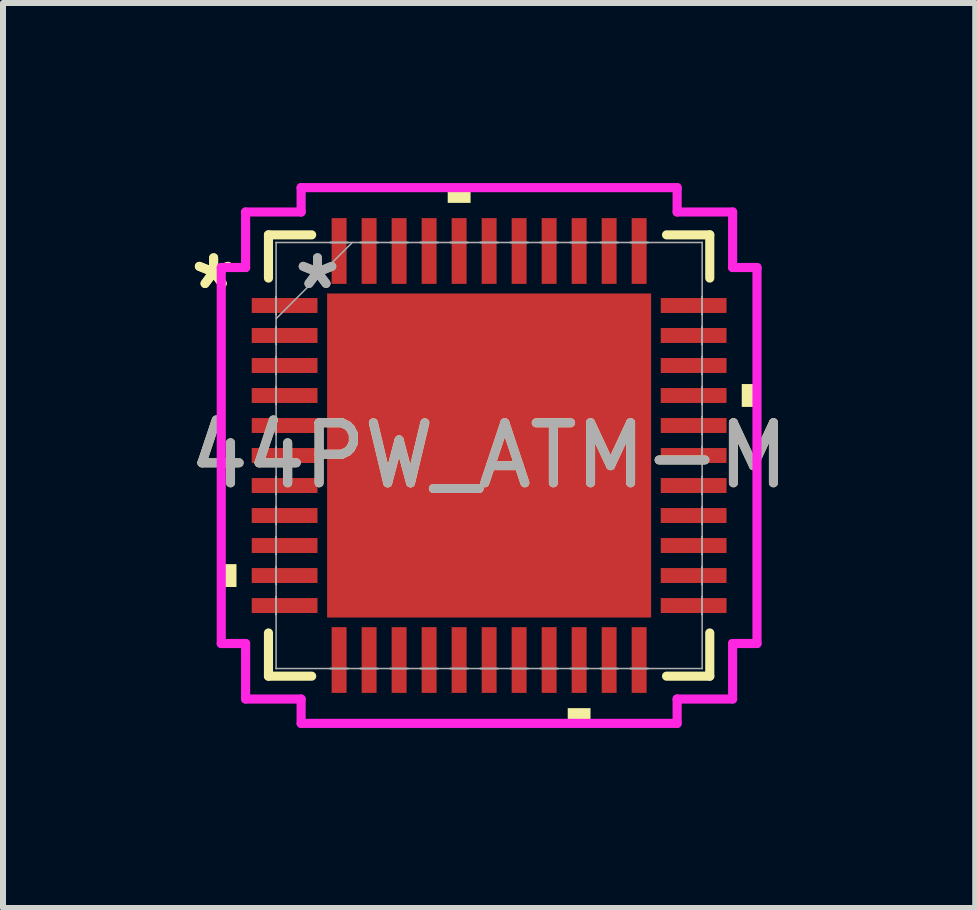
<source format=kicad_pcb>
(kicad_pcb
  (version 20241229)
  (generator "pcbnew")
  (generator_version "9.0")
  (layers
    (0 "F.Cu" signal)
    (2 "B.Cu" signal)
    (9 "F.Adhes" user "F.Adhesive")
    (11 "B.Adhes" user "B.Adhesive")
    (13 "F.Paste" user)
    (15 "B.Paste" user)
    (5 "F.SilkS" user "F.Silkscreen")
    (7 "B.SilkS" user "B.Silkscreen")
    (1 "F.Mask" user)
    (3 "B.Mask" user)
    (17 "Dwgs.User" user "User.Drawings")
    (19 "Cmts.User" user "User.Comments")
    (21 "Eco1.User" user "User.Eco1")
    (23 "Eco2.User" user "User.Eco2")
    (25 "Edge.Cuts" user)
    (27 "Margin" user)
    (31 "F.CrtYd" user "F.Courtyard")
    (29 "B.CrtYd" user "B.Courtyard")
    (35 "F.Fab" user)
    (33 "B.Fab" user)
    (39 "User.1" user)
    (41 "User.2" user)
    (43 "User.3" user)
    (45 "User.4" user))
  (footprint "44PW_ATM-M"
    (layer "F.Cu")
    (at 5.101 4.541)
    (property "Reference" "44PW_ATM-M" (at 0 0 0) (unlocked yes) (layer "F.SilkS") (effects (font (size 1 1) (thickness 0.15))))
    (attr smd)
    (fp_line (start -3.677 -3.677) (end -3.677 -2.957) (stroke (width 0.152) (type solid)) (layer "F.SilkS"))
    (fp_line (start -3.677 2.957) (end -3.677 3.677) (stroke (width 0.152) (type solid)) (layer "F.SilkS"))
    (fp_line (start -3.677 3.677) (end -2.957 3.677) (stroke (width 0.152) (type solid)) (layer "F.SilkS"))
    (fp_line (start -2.957 -3.677) (end -3.677 -3.677) (stroke (width 0.152) (type solid)) (layer "F.SilkS"))
    (fp_line (start 2.957 3.677) (end 3.677 3.677) (stroke (width 0.152) (type solid)) (layer "F.SilkS"))
    (fp_line (start 3.677 -3.677) (end 2.957 -3.677) (stroke (width 0.152) (type solid)) (layer "F.SilkS"))
    (fp_line (start 3.677 -2.957) (end 3.677 -3.677) (stroke (width 0.152) (type solid)) (layer "F.SilkS"))
    (fp_line (start 3.677 3.677) (end 3.677 2.957) (stroke (width 0.152) (type solid)) (layer "F.SilkS"))
    (fp_poly (pts (xy -4.464 1.81) (xy -4.464 2.191) (xy -4.21 2.191) (xy -4.21 1.81)) (stroke (width 0) (type solid)) (fill yes) (layer "F.SilkS"))
    (fp_poly (pts (xy -0.69 -4.21) (xy -0.69 -4.464) (xy -0.309 -4.464) (xy -0.309 -4.21)) (stroke (width 0) (type solid)) (fill yes) (layer "F.SilkS"))
    (fp_poly (pts (xy 1.31 4.21) (xy 1.31 4.464) (xy 1.69 4.464) (xy 1.69 4.21)) (stroke (width 0) (type solid)) (fill yes) (layer "F.SilkS"))
    (fp_poly (pts (xy 4.464 -1.191) (xy 4.464 -0.81) (xy 4.21 -0.81) (xy 4.21 -1.191)) (stroke (width 0) (type solid)) (fill yes) (layer "F.SilkS"))
    (fp_poly (pts (xy -2.6 -2.6) (xy -2.6 -1.45) (xy -1.45 -1.45) (xy -1.45 -2.6)) (stroke (width 0) (type solid)) (fill yes) (layer "F.Paste"))
    (fp_poly (pts (xy -2.6 -1.25) (xy -2.6 -0.1) (xy -1.45 -0.1) (xy -1.45 -1.25)) (stroke (width 0) (type solid)) (fill yes) (layer "F.Paste"))
    (fp_poly (pts (xy -2.6 0.1) (xy -2.6 1.25) (xy -1.45 1.25) (xy -1.45 0.1)) (stroke (width 0) (type solid)) (fill yes) (layer "F.Paste"))
    (fp_poly (pts (xy -2.6 1.45) (xy -2.6 2.6) (xy -1.45 2.6) (xy -1.45 1.45)) (stroke (width 0) (type solid)) (fill yes) (layer "F.Paste"))
    (fp_poly (pts (xy -1.25 -2.6) (xy -1.25 -1.45) (xy -0.1 -1.45) (xy -0.1 -2.6)) (stroke (width 0) (type solid)) (fill yes) (layer "F.Paste"))
    (fp_poly (pts (xy -1.25 -1.25) (xy -1.25 -0.1) (xy -0.1 -0.1) (xy -0.1 -1.25)) (stroke (width 0) (type solid)) (fill yes) (layer "F.Paste"))
    (fp_poly (pts (xy -1.25 0.1) (xy -1.25 1.25) (xy -0.1 1.25) (xy -0.1 0.1)) (stroke (width 0) (type solid)) (fill yes) (layer "F.Paste"))
    (fp_poly (pts (xy -1.25 1.45) (xy -1.25 2.6) (xy -0.1 2.6) (xy -0.1 1.45)) (stroke (width 0) (type solid)) (fill yes) (layer "F.Paste"))
    (fp_poly (pts (xy 0.1 -2.6) (xy 0.1 -1.45) (xy 1.25 -1.45) (xy 1.25 -2.6)) (stroke (width 0) (type solid)) (fill yes) (layer "F.Paste"))
    (fp_poly (pts (xy 0.1 -1.25) (xy 0.1 -0.1) (xy 1.25 -0.1) (xy 1.25 -1.25)) (stroke (width 0) (type solid)) (fill yes) (layer "F.Paste"))
    (fp_poly (pts (xy 0.1 0.1) (xy 0.1 1.25) (xy 1.25 1.25) (xy 1.25 0.1)) (stroke (width 0) (type solid)) (fill yes) (layer "F.Paste"))
    (fp_poly (pts (xy 0.1 1.45) (xy 0.1 2.6) (xy 1.25 2.6) (xy 1.25 1.45)) (stroke (width 0) (type solid)) (fill yes) (layer "F.Paste"))
    (fp_poly (pts (xy 1.45 -2.6) (xy 1.45 -1.45) (xy 2.6 -1.45) (xy 2.6 -2.6)) (stroke (width 0) (type solid)) (fill yes) (layer "F.Paste"))
    (fp_poly (pts (xy 1.45 -1.25) (xy 1.45 -0.1) (xy 2.6 -0.1) (xy 2.6 -1.25)) (stroke (width 0) (type solid)) (fill yes) (layer "F.Paste"))
    (fp_poly (pts (xy 1.45 0.1) (xy 1.45 1.25) (xy 2.6 1.25) (xy 2.6 0.1)) (stroke (width 0) (type solid)) (fill yes) (layer "F.Paste"))
    (fp_poly (pts (xy 1.45 1.45) (xy 1.45 2.6) (xy 2.6 2.6) (xy 2.6 1.45)) (stroke (width 0) (type solid)) (fill yes) (layer "F.Paste"))
    (fp_line (start -4.464 -3.133) (end -4.058 -3.133) (stroke (width 0.152) (type solid)) (layer "F.CrtYd"))
    (fp_line (start -4.464 3.133) (end -4.464 -3.133) (stroke (width 0.152) (type solid)) (layer "F.CrtYd"))
    (fp_line (start -4.058 -4.058) (end -3.133 -4.058) (stroke (width 0.152) (type solid)) (layer "F.CrtYd"))
    (fp_line (start -4.058 -3.133) (end -4.058 -4.058) (stroke (width 0.152) (type solid)) (layer "F.CrtYd"))
    (fp_line (start -4.058 3.133) (end -4.464 3.133) (stroke (width 0.152) (type solid)) (layer "F.CrtYd"))
    (fp_line (start -4.058 4.058) (end -4.058 3.133) (stroke (width 0.152) (type solid)) (layer "F.CrtYd"))
    (fp_line (start -3.133 -4.464) (end 3.133 -4.464) (stroke (width 0.152) (type solid)) (layer "F.CrtYd"))
    (fp_line (start -3.133 -4.058) (end -3.133 -4.464) (stroke (width 0.152) (type solid)) (layer "F.CrtYd"))
    (fp_line (start -3.133 4.058) (end -4.058 4.058) (stroke (width 0.152) (type solid)) (layer "F.CrtYd"))
    (fp_line (start -3.133 4.464) (end -3.133 4.058) (stroke (width 0.152) (type solid)) (layer "F.CrtYd"))
    (fp_line (start 3.133 -4.464) (end 3.133 -4.058) (stroke (width 0.152) (type solid)) (layer "F.CrtYd"))
    (fp_line (start 3.133 -4.058) (end 4.058 -4.058) (stroke (width 0.152) (type solid)) (layer "F.CrtYd"))
    (fp_line (start 3.133 4.058) (end 3.133 4.464) (stroke (width 0.152) (type solid)) (layer "F.CrtYd"))
    (fp_line (start 3.133 4.464) (end -3.133 4.464) (stroke (width 0.152) (type solid)) (layer "F.CrtYd"))
    (fp_line (start 4.058 -4.058) (end 4.058 -3.133) (stroke (width 0.152) (type solid)) (layer "F.CrtYd"))
    (fp_line (start 4.058 -3.133) (end 4.464 -3.133) (stroke (width 0.152) (type solid)) (layer "F.CrtYd"))
    (fp_line (start 4.058 3.133) (end 4.058 4.058) (stroke (width 0.152) (type solid)) (layer "F.CrtYd"))
    (fp_line (start 4.058 4.058) (end 3.133 4.058) (stroke (width 0.152) (type solid)) (layer "F.CrtYd"))
    (fp_line (start 4.464 -3.133) (end 4.464 3.133) (stroke (width 0.152) (type solid)) (layer "F.CrtYd"))
    (fp_line (start 4.464 3.133) (end 4.058 3.133) (stroke (width 0.152) (type solid)) (layer "F.CrtYd"))
    (fp_line (start -3.55 -3.55) (end -3.55 -3.55) (stroke (width 0.025) (type solid)) (layer "F.Fab"))
    (fp_line (start -3.55 -3.55) (end -3.55 3.55) (stroke (width 0.025) (type solid)) (layer "F.Fab"))
    (fp_line (start -3.55 -2.65) (end -3.55 -2.65) (stroke (width 0.025) (type solid)) (layer "F.Fab"))
    (fp_line (start -3.55 -2.65) (end -3.55 -2.35) (stroke (width 0.025) (type solid)) (layer "F.Fab"))
    (fp_line (start -3.55 -2.35) (end -3.55 -2.65) (stroke (width 0.025) (type solid)) (layer "F.Fab"))
    (fp_line (start -3.55 -2.35) (end -3.55 -2.35) (stroke (width 0.025) (type solid)) (layer "F.Fab"))
    (fp_line (start -3.55 -2.28) (end -2.28 -3.55) (stroke (width 0.025) (type solid)) (layer "F.Fab"))
    (fp_line (start -3.55 -2.15) (end -3.55 -2.15) (stroke (width 0.025) (type solid)) (layer "F.Fab"))
    (fp_line (start -3.55 -2.15) (end -3.55 -1.85) (stroke (width 0.025) (type solid)) (layer "F.Fab"))
    (fp_line (start -3.55 -1.85) (end -3.55 -2.15) (stroke (width 0.025) (type solid)) (layer "F.Fab"))
    (fp_line (start -3.55 -1.85) (end -3.55 -1.85) (stroke (width 0.025) (type solid)) (layer "F.Fab"))
    (fp_line (start -3.55 -1.65) (end -3.55 -1.65) (stroke (width 0.025) (type solid)) (layer "F.Fab"))
    (fp_line (start -3.55 -1.65) (end -3.55 -1.35) (stroke (width 0.025) (type solid)) (layer "F.Fab"))
    (fp_line (start -3.55 -1.35) (end -3.55 -1.65) (stroke (width 0.025) (type solid)) (layer "F.Fab"))
    (fp_line (start -3.55 -1.35) (end -3.55 -1.35) (stroke (width 0.025) (type solid)) (layer "F.Fab"))
    (fp_line (start -3.55 -1.15) (end -3.55 -1.15) (stroke (width 0.025) (type solid)) (layer "F.Fab"))
    (fp_line (start -3.55 -1.15) (end -3.55 -0.85) (stroke (width 0.025) (type solid)) (layer "F.Fab"))
    (fp_line (start -3.55 -0.85) (end -3.55 -1.15) (stroke (width 0.025) (type solid)) (layer "F.Fab"))
    (fp_line (start -3.55 -0.85) (end -3.55 -0.85) (stroke (width 0.025) (type solid)) (layer "F.Fab"))
    (fp_line (start -3.55 -0.65) (end -3.55 -0.65) (stroke (width 0.025) (type solid)) (layer "F.Fab"))
    (fp_line (start -3.55 -0.65) (end -3.55 -0.35) (stroke (width 0.025) (type solid)) (layer "F.Fab"))
    (fp_line (start -3.55 -0.35) (end -3.55 -0.65) (stroke (width 0.025) (type solid)) (layer "F.Fab"))
    (fp_line (start -3.55 -0.35) (end -3.55 -0.35) (stroke (width 0.025) (type solid)) (layer "F.Fab"))
    (fp_line (start -3.55 -0.15) (end -3.55 -0.15) (stroke (width 0.025) (type solid)) (layer "F.Fab"))
    (fp_line (start -3.55 -0.15) (end -3.55 0.15) (stroke (width 0.025) (type solid)) (layer "F.Fab"))
    (fp_line (start -3.55 0.15) (end -3.55 -0.15) (stroke (width 0.025) (type solid)) (layer "F.Fab"))
    (fp_line (start -3.55 0.15) (end -3.55 0.15) (stroke (width 0.025) (type solid)) (layer "F.Fab"))
    (fp_line (start -3.55 0.35) (end -3.55 0.35) (stroke (width 0.025) (type solid)) (layer "F.Fab"))
    (fp_line (start -3.55 0.35) (end -3.55 0.65) (stroke (width 0.025) (type solid)) (layer "F.Fab"))
    (fp_line (start -3.55 0.65) (end -3.55 0.35) (stroke (width 0.025) (type solid)) (layer "F.Fab"))
    (fp_line (start -3.55 0.65) (end -3.55 0.65) (stroke (width 0.025) (type solid)) (layer "F.Fab"))
    (fp_line (start -3.55 0.85) (end -3.55 0.85) (stroke (width 0.025) (type solid)) (layer "F.Fab"))
    (fp_line (start -3.55 0.85) (end -3.55 1.15) (stroke (width 0.025) (type solid)) (layer "F.Fab"))
    (fp_line (start -3.55 1.15) (end -3.55 0.85) (stroke (width 0.025) (type solid)) (layer "F.Fab"))
    (fp_line (start -3.55 1.15) (end -3.55 1.15) (stroke (width 0.025) (type solid)) (layer "F.Fab"))
    (fp_line (start -3.55 1.35) (end -3.55 1.35) (stroke (width 0.025) (type solid)) (layer "F.Fab"))
    (fp_line (start -3.55 1.35) (end -3.55 1.65) (stroke (width 0.025) (type solid)) (layer "F.Fab"))
    (fp_line (start -3.55 1.65) (end -3.55 1.35) (stroke (width 0.025) (type solid)) (layer "F.Fab"))
    (fp_line (start -3.55 1.65) (end -3.55 1.65) (stroke (width 0.025) (type solid)) (layer "F.Fab"))
    (fp_line (start -3.55 1.85) (end -3.55 1.85) (stroke (width 0.025) (type solid)) (layer "F.Fab"))
    (fp_line (start -3.55 1.85) (end -3.55 2.15) (stroke (width 0.025) (type solid)) (layer "F.Fab"))
    (fp_line (start -3.55 2.15) (end -3.55 1.85) (stroke (width 0.025) (type solid)) (layer "F.Fab"))
    (fp_line (start -3.55 2.15) (end -3.55 2.15) (stroke (width 0.025) (type solid)) (layer "F.Fab"))
    (fp_line (start -3.55 2.35) (end -3.55 2.35) (stroke (width 0.025) (type solid)) (layer "F.Fab"))
    (fp_line (start -3.55 2.35) (end -3.55 2.65) (stroke (width 0.025) (type solid)) (layer "F.Fab"))
    (fp_line (start -3.55 2.65) (end -3.55 2.35) (stroke (width 0.025) (type solid)) (layer "F.Fab"))
    (fp_line (start -3.55 2.65) (end -3.55 2.65) (stroke (width 0.025) (type solid)) (layer "F.Fab"))
    (fp_line (start -3.55 3.55) (end -3.55 3.55) (stroke (width 0.025) (type solid)) (layer "F.Fab"))
    (fp_line (start -3.55 3.55) (end 3.55 3.55) (stroke (width 0.025) (type solid)) (layer "F.Fab"))
    (fp_line (start -2.65 -3.55) (end -2.65 -3.55) (stroke (width 0.025) (type solid)) (layer "F.Fab"))
    (fp_line (start -2.65 -3.55) (end -2.35 -3.55) (stroke (width 0.025) (type solid)) (layer "F.Fab"))
    (fp_line (start -2.65 3.55) (end -2.65 3.55) (stroke (width 0.025) (type solid)) (layer "F.Fab"))
    (fp_line (start -2.65 3.55) (end -2.35 3.55) (stroke (width 0.025) (type solid)) (layer "F.Fab"))
    (fp_line (start -2.35 -3.55) (end -2.65 -3.55) (stroke (width 0.025) (type solid)) (layer "F.Fab"))
    (fp_line (start -2.35 -3.55) (end -2.35 -3.55) (stroke (width 0.025) (type solid)) (layer "F.Fab"))
    (fp_line (start -2.35 3.55) (end -2.65 3.55) (stroke (width 0.025) (type solid)) (layer "F.Fab"))
    (fp_line (start -2.35 3.55) (end -2.35 3.55) (stroke (width 0.025) (type solid)) (layer "F.Fab"))
    (fp_line (start -2.15 -3.55) (end -2.15 -3.55) (stroke (width 0.025) (type solid)) (layer "F.Fab"))
    (fp_line (start -2.15 -3.55) (end -1.85 -3.55) (stroke (width 0.025) (type solid)) (layer "F.Fab"))
    (fp_line (start -2.15 3.55) (end -2.15 3.55) (stroke (width 0.025) (type solid)) (layer "F.Fab"))
    (fp_line (start -2.15 3.55) (end -1.85 3.55) (stroke (width 0.025) (type solid)) (layer "F.Fab"))
    (fp_line (start -1.85 -3.55) (end -2.15 -3.55) (stroke (width 0.025) (type solid)) (layer "F.Fab"))
    (fp_line (start -1.85 -3.55) (end -1.85 -3.55) (stroke (width 0.025) (type solid)) (layer "F.Fab"))
    (fp_line (start -1.85 3.55) (end -2.15 3.55) (stroke (width 0.025) (type solid)) (layer "F.Fab"))
    (fp_line (start -1.85 3.55) (end -1.85 3.55) (stroke (width 0.025) (type solid)) (layer "F.Fab"))
    (fp_line (start -1.65 -3.55) (end -1.65 -3.55) (stroke (width 0.025) (type solid)) (layer "F.Fab"))
    (fp_line (start -1.65 -3.55) (end -1.35 -3.55) (stroke (width 0.025) (type solid)) (layer "F.Fab"))
    (fp_line (start -1.65 3.55) (end -1.65 3.55) (stroke (width 0.025) (type solid)) (layer "F.Fab"))
    (fp_line (start -1.65 3.55) (end -1.35 3.55) (stroke (width 0.025) (type solid)) (layer "F.Fab"))
    (fp_line (start -1.35 -3.55) (end -1.65 -3.55) (stroke (width 0.025) (type solid)) (layer "F.Fab"))
    (fp_line (start -1.35 -3.55) (end -1.35 -3.55) (stroke (width 0.025) (type solid)) (layer "F.Fab"))
    (fp_line (start -1.35 3.55) (end -1.65 3.55) (stroke (width 0.025) (type solid)) (layer "F.Fab"))
    (fp_line (start -1.35 3.55) (end -1.35 3.55) (stroke (width 0.025) (type solid)) (layer "F.Fab"))
    (fp_line (start -1.15 -3.55) (end -1.15 -3.55) (stroke (width 0.025) (type solid)) (layer "F.Fab"))
    (fp_line (start -1.15 -3.55) (end -0.85 -3.55) (stroke (width 0.025) (type solid)) (layer "F.Fab"))
    (fp_line (start -1.15 3.55) (end -1.15 3.55) (stroke (width 0.025) (type solid)) (layer "F.Fab"))
    (fp_line (start -1.15 3.55) (end -0.85 3.55) (stroke (width 0.025) (type solid)) (layer "F.Fab"))
    (fp_line (start -0.85 -3.55) (end -1.15 -3.55) (stroke (width 0.025) (type solid)) (layer "F.Fab"))
    (fp_line (start -0.85 -3.55) (end -0.85 -3.55) (stroke (width 0.025) (type solid)) (layer "F.Fab"))
    (fp_line (start -0.85 3.55) (end -1.15 3.55) (stroke (width 0.025) (type solid)) (layer "F.Fab"))
    (fp_line (start -0.85 3.55) (end -0.85 3.55) (stroke (width 0.025) (type solid)) (layer "F.Fab"))
    (fp_line (start -0.65 -3.55) (end -0.65 -3.55) (stroke (width 0.025) (type solid)) (layer "F.Fab"))
    (fp_line (start -0.65 -3.55) (end -0.35 -3.55) (stroke (width 0.025) (type solid)) (layer "F.Fab"))
    (fp_line (start -0.65 3.55) (end -0.65 3.55) (stroke (width 0.025) (type solid)) (layer "F.Fab"))
    (fp_line (start -0.65 3.55) (end -0.35 3.55) (stroke (width 0.025) (type solid)) (layer "F.Fab"))
    (fp_line (start -0.35 -3.55) (end -0.65 -3.55) (stroke (width 0.025) (type solid)) (layer "F.Fab"))
    (fp_line (start -0.35 -3.55) (end -0.35 -3.55) (stroke (width 0.025) (type solid)) (layer "F.Fab"))
    (fp_line (start -0.35 3.55) (end -0.65 3.55) (stroke (width 0.025) (type solid)) (layer "F.Fab"))
    (fp_line (start -0.35 3.55) (end -0.35 3.55) (stroke (width 0.025) (type solid)) (layer "F.Fab"))
    (fp_line (start -0.15 -3.55) (end -0.15 -3.55) (stroke (width 0.025) (type solid)) (layer "F.Fab"))
    (fp_line (start -0.15 -3.55) (end 0.15 -3.55) (stroke (width 0.025) (type solid)) (layer "F.Fab"))
    (fp_line (start -0.15 3.55) (end -0.15 3.55) (stroke (width 0.025) (type solid)) (layer "F.Fab"))
    (fp_line (start -0.15 3.55) (end 0.15 3.55) (stroke (width 0.025) (type solid)) (layer "F.Fab"))
    (fp_line (start 0.15 -3.55) (end -0.15 -3.55) (stroke (width 0.025) (type solid)) (layer "F.Fab"))
    (fp_line (start 0.15 -3.55) (end 0.15 -3.55) (stroke (width 0.025) (type solid)) (layer "F.Fab"))
    (fp_line (start 0.15 3.55) (end -0.15 3.55) (stroke (width 0.025) (type solid)) (layer "F.Fab"))
    (fp_line (start 0.15 3.55) (end 0.15 3.55) (stroke (width 0.025) (type solid)) (layer "F.Fab"))
    (fp_line (start 0.35 -3.55) (end 0.35 -3.55) (stroke (width 0.025) (type solid)) (layer "F.Fab"))
    (fp_line (start 0.35 -3.55) (end 0.65 -3.55) (stroke (width 0.025) (type solid)) (layer "F.Fab"))
    (fp_line (start 0.35 3.55) (end 0.35 3.55) (stroke (width 0.025) (type solid)) (layer "F.Fab"))
    (fp_line (start 0.35 3.55) (end 0.65 3.55) (stroke (width 0.025) (type solid)) (layer "F.Fab"))
    (fp_line (start 0.65 -3.55) (end 0.35 -3.55) (stroke (width 0.025) (type solid)) (layer "F.Fab"))
    (fp_line (start 0.65 -3.55) (end 0.65 -3.55) (stroke (width 0.025) (type solid)) (layer "F.Fab"))
    (fp_line (start 0.65 3.55) (end 0.35 3.55) (stroke (width 0.025) (type solid)) (layer "F.Fab"))
    (fp_line (start 0.65 3.55) (end 0.65 3.55) (stroke (width 0.025) (type solid)) (layer "F.Fab"))
    (fp_line (start 0.85 -3.55) (end 0.85 -3.55) (stroke (width 0.025) (type solid)) (layer "F.Fab"))
    (fp_line (start 0.85 -3.55) (end 1.15 -3.55) (stroke (width 0.025) (type solid)) (layer "F.Fab"))
    (fp_line (start 0.85 3.55) (end 0.85 3.55) (stroke (width 0.025) (type solid)) (layer "F.Fab"))
    (fp_line (start 0.85 3.55) (end 1.15 3.55) (stroke (width 0.025) (type solid)) (layer "F.Fab"))
    (fp_line (start 1.15 -3.55) (end 0.85 -3.55) (stroke (width 0.025) (type solid)) (layer "F.Fab"))
    (fp_line (start 1.15 -3.55) (end 1.15 -3.55) (stroke (width 0.025) (type solid)) (layer "F.Fab"))
    (fp_line (start 1.15 3.55) (end 0.85 3.55) (stroke (width 0.025) (type solid)) (layer "F.Fab"))
    (fp_line (start 1.15 3.55) (end 1.15 3.55) (stroke (width 0.025) (type solid)) (layer "F.Fab"))
    (fp_line (start 1.35 -3.55) (end 1.35 -3.55) (stroke (width 0.025) (type solid)) (layer "F.Fab"))
    (fp_line (start 1.35 -3.55) (end 1.65 -3.55) (stroke (width 0.025) (type solid)) (layer "F.Fab"))
    (fp_line (start 1.35 3.55) (end 1.35 3.55) (stroke (width 0.025) (type solid)) (layer "F.Fab"))
    (fp_line (start 1.35 3.55) (end 1.65 3.55) (stroke (width 0.025) (type solid)) (layer "F.Fab"))
    (fp_line (start 1.65 -3.55) (end 1.35 -3.55) (stroke (width 0.025) (type solid)) (layer "F.Fab"))
    (fp_line (start 1.65 -3.55) (end 1.65 -3.55) (stroke (width 0.025) (type solid)) (layer "F.Fab"))
    (fp_line (start 1.65 3.55) (end 1.35 3.55) (stroke (width 0.025) (type solid)) (layer "F.Fab"))
    (fp_line (start 1.65 3.55) (end 1.65 3.55) (stroke (width 0.025) (type solid)) (layer "F.Fab"))
    (fp_line (start 1.85 -3.55) (end 1.85 -3.55) (stroke (width 0.025) (type solid)) (layer "F.Fab"))
    (fp_line (start 1.85 -3.55) (end 2.15 -3.55) (stroke (width 0.025) (type solid)) (layer "F.Fab"))
    (fp_line (start 1.85 3.55) (end 1.85 3.55) (stroke (width 0.025) (type solid)) (layer "F.Fab"))
    (fp_line (start 1.85 3.55) (end 2.15 3.55) (stroke (width 0.025) (type solid)) (layer "F.Fab"))
    (fp_line (start 2.15 -3.55) (end 1.85 -3.55) (stroke (width 0.025) (type solid)) (layer "F.Fab"))
    (fp_line (start 2.15 -3.55) (end 2.15 -3.55) (stroke (width 0.025) (type solid)) (layer "F.Fab"))
    (fp_line (start 2.15 3.55) (end 1.85 3.55) (stroke (width 0.025) (type solid)) (layer "F.Fab"))
    (fp_line (start 2.15 3.55) (end 2.15 3.55) (stroke (width 0.025) (type solid)) (layer "F.Fab"))
    (fp_line (start 2.35 -3.55) (end 2.35 -3.55) (stroke (width 0.025) (type solid)) (layer "F.Fab"))
    (fp_line (start 2.35 -3.55) (end 2.65 -3.55) (stroke (width 0.025) (type solid)) (layer "F.Fab"))
    (fp_line (start 2.35 3.55) (end 2.35 3.55) (stroke (width 0.025) (type solid)) (layer "F.Fab"))
    (fp_line (start 2.35 3.55) (end 2.65 3.55) (stroke (width 0.025) (type solid)) (layer "F.Fab"))
    (fp_line (start 2.65 -3.55) (end 2.35 -3.55) (stroke (width 0.025) (type solid)) (layer "F.Fab"))
    (fp_line (start 2.65 -3.55) (end 2.65 -3.55) (stroke (width 0.025) (type solid)) (layer "F.Fab"))
    (fp_line (start 2.65 3.55) (end 2.35 3.55) (stroke (width 0.025) (type solid)) (layer "F.Fab"))
    (fp_line (start 2.65 3.55) (end 2.65 3.55) (stroke (width 0.025) (type solid)) (layer "F.Fab"))
    (fp_line (start 3.55 -3.55) (end -3.55 -3.55) (stroke (width 0.025) (type solid)) (layer "F.Fab"))
    (fp_line (start 3.55 -3.55) (end 3.55 -3.55) (stroke (width 0.025) (type solid)) (layer "F.Fab"))
    (fp_line (start 3.55 -2.65) (end 3.55 -2.65) (stroke (width 0.025) (type solid)) (layer "F.Fab"))
    (fp_line (start 3.55 -2.65) (end 3.55 -2.35) (stroke (width 0.025) (type solid)) (layer "F.Fab"))
    (fp_line (start 3.55 -2.35) (end 3.55 -2.65) (stroke (width 0.025) (type solid)) (layer "F.Fab"))
    (fp_line (start 3.55 -2.35) (end 3.55 -2.35) (stroke (width 0.025) (type solid)) (layer "F.Fab"))
    (fp_line (start 3.55 -2.15) (end 3.55 -2.15) (stroke (width 0.025) (type solid)) (layer "F.Fab"))
    (fp_line (start 3.55 -2.15) (end 3.55 -1.85) (stroke (width 0.025) (type solid)) (layer "F.Fab"))
    (fp_line (start 3.55 -1.85) (end 3.55 -2.15) (stroke (width 0.025) (type solid)) (layer "F.Fab"))
    (fp_line (start 3.55 -1.85) (end 3.55 -1.85) (stroke (width 0.025) (type solid)) (layer "F.Fab"))
    (fp_line (start 3.55 -1.65) (end 3.55 -1.65) (stroke (width 0.025) (type solid)) (layer "F.Fab"))
    (fp_line (start 3.55 -1.65) (end 3.55 -1.35) (stroke (width 0.025) (type solid)) (layer "F.Fab"))
    (fp_line (start 3.55 -1.35) (end 3.55 -1.65) (stroke (width 0.025) (type solid)) (layer "F.Fab"))
    (fp_line (start 3.55 -1.35) (end 3.55 -1.35) (stroke (width 0.025) (type solid)) (layer "F.Fab"))
    (fp_line (start 3.55 -1.15) (end 3.55 -1.15) (stroke (width 0.025) (type solid)) (layer "F.Fab"))
    (fp_line (start 3.55 -1.15) (end 3.55 -0.85) (stroke (width 0.025) (type solid)) (layer "F.Fab"))
    (fp_line (start 3.55 -0.85) (end 3.55 -1.15) (stroke (width 0.025) (type solid)) (layer "F.Fab"))
    (fp_line (start 3.55 -0.85) (end 3.55 -0.85) (stroke (width 0.025) (type solid)) (layer "F.Fab"))
    (fp_line (start 3.55 -0.65) (end 3.55 -0.65) (stroke (width 0.025) (type solid)) (layer "F.Fab"))
    (fp_line (start 3.55 -0.65) (end 3.55 -0.35) (stroke (width 0.025) (type solid)) (layer "F.Fab"))
    (fp_line (start 3.55 -0.35) (end 3.55 -0.65) (stroke (width 0.025) (type solid)) (layer "F.Fab"))
    (fp_line (start 3.55 -0.35) (end 3.55 -0.35) (stroke (width 0.025) (type solid)) (layer "F.Fab"))
    (fp_line (start 3.55 -0.15) (end 3.55 -0.15) (stroke (width 0.025) (type solid)) (layer "F.Fab"))
    (fp_line (start 3.55 -0.15) (end 3.55 0.15) (stroke (width 0.025) (type solid)) (layer "F.Fab"))
    (fp_line (start 3.55 0.15) (end 3.55 -0.15) (stroke (width 0.025) (type solid)) (layer "F.Fab"))
    (fp_line (start 3.55 0.15) (end 3.55 0.15) (stroke (width 0.025) (type solid)) (layer "F.Fab"))
    (fp_line (start 3.55 0.35) (end 3.55 0.35) (stroke (width 0.025) (type solid)) (layer "F.Fab"))
    (fp_line (start 3.55 0.35) (end 3.55 0.65) (stroke (width 0.025) (type solid)) (layer "F.Fab"))
    (fp_line (start 3.55 0.65) (end 3.55 0.35) (stroke (width 0.025) (type solid)) (layer "F.Fab"))
    (fp_line (start 3.55 0.65) (end 3.55 0.65) (stroke (width 0.025) (type solid)) (layer "F.Fab"))
    (fp_line (start 3.55 0.85) (end 3.55 0.85) (stroke (width 0.025) (type solid)) (layer "F.Fab"))
    (fp_line (start 3.55 0.85) (end 3.55 1.15) (stroke (width 0.025) (type solid)) (layer "F.Fab"))
    (fp_line (start 3.55 1.15) (end 3.55 0.85) (stroke (width 0.025) (type solid)) (layer "F.Fab"))
    (fp_line (start 3.55 1.15) (end 3.55 1.15) (stroke (width 0.025) (type solid)) (layer "F.Fab"))
    (fp_line (start 3.55 1.35) (end 3.55 1.35) (stroke (width 0.025) (type solid)) (layer "F.Fab"))
    (fp_line (start 3.55 1.35) (end 3.55 1.65) (stroke (width 0.025) (type solid)) (layer "F.Fab"))
    (fp_line (start 3.55 1.65) (end 3.55 1.35) (stroke (width 0.025) (type solid)) (layer "F.Fab"))
    (fp_line (start 3.55 1.65) (end 3.55 1.65) (stroke (width 0.025) (type solid)) (layer "F.Fab"))
    (fp_line (start 3.55 1.85) (end 3.55 1.85) (stroke (width 0.025) (type solid)) (layer "F.Fab"))
    (fp_line (start 3.55 1.85) (end 3.55 2.15) (stroke (width 0.025) (type solid)) (layer "F.Fab"))
    (fp_line (start 3.55 2.15) (end 3.55 1.85) (stroke (width 0.025) (type solid)) (layer "F.Fab"))
    (fp_line (start 3.55 2.15) (end 3.55 2.15) (stroke (width 0.025) (type solid)) (layer "F.Fab"))
    (fp_line (start 3.55 2.35) (end 3.55 2.35) (stroke (width 0.025) (type solid)) (layer "F.Fab"))
    (fp_line (start 3.55 2.35) (end 3.55 2.65) (stroke (width 0.025) (type solid)) (layer "F.Fab"))
    (fp_line (start 3.55 2.65) (end 3.55 2.35) (stroke (width 0.025) (type solid)) (layer "F.Fab"))
    (fp_line (start 3.55 2.65) (end 3.55 2.65) (stroke (width 0.025) (type solid)) (layer "F.Fab"))
    (fp_line (start 3.55 3.55) (end 3.55 -3.55) (stroke (width 0.025) (type solid)) (layer "F.Fab"))
    (fp_line (start 3.55 3.55) (end 3.55 3.55) (stroke (width 0.025) (type solid)) (layer "F.Fab"))
    (fp_text user "*" (at -4.591 -2.75 0) (unlocked yes) (layer "F.SilkS") (effects (font (size 1 1) (thickness 0.15))))
    (fp_text user "*" (at -4.591 -2.75 0) (layer "F.SilkS") (effects (font (size 1 1) (thickness 0.15))))
    (fp_text user "*" (at -2.86 -2.75 0) (unlocked yes) (layer "F.Fab") (effects (font (size 1 1) (thickness 0.15))))
    (fp_text user "*" (at -2.86 -2.75 0) (layer "F.Fab") (effects (font (size 1 1) (thickness 0.15))))
    (fp_text user "${REFERENCE}" (at 0 0 0) (unlocked yes) (layer "F.Fab") (effects (font (size 1 1) (thickness 0.15))))
    (pad "1" smd rect (at -3.408 -2.5 90) (size 0.249 1.096) (layers "F.Cu" "F.Mask" "F.Paste"))
    (pad "2" smd rect (at -3.408 -2 90) (size 0.249 1.096) (layers "F.Cu" "F.Mask" "F.Paste"))
    (pad "3" smd rect (at -3.408 -1.5 90) (size 0.249 1.096) (layers "F.Cu" "F.Mask" "F.Paste"))
    (pad "4" smd rect (at -3.408 -1 90) (size 0.249 1.096) (layers "F.Cu" "F.Mask" "F.Paste"))
    (pad "5" smd rect (at -3.408 -0.5 90) (size 0.249 1.096) (layers "F.Cu" "F.Mask" "F.Paste"))
    (pad "6" smd rect (at -3.408 0 90) (size 0.249 1.096) (layers "F.Cu" "F.Mask" "F.Paste"))
    (pad "7" smd rect (at -3.408 0.5 90) (size 0.249 1.096) (layers "F.Cu" "F.Mask" "F.Paste"))
    (pad "8" smd rect (at -3.408 1 90) (size 0.249 1.096) (layers "F.Cu" "F.Mask" "F.Paste"))
    (pad "9" smd rect (at -3.408 1.5 90) (size 0.249 1.096) (layers "F.Cu" "F.Mask" "F.Paste"))
    (pad "10" smd rect (at -3.408 2 90) (size 0.249 1.096) (layers "F.Cu" "F.Mask" "F.Paste"))
    (pad "11" smd rect (at -3.408 2.5 90) (size 0.249 1.096) (layers "F.Cu" "F.Mask" "F.Paste"))
    (pad "12" smd rect (at -2.5 3.408) (size 0.249 1.096) (layers "F.Cu" "F.Mask" "F.Paste"))
    (pad "13" smd rect (at -2 3.408) (size 0.249 1.096) (layers "F.Cu" "F.Mask" "F.Paste"))
    (pad "14" smd rect (at -1.5 3.408) (size 0.249 1.096) (layers "F.Cu" "F.Mask" "F.Paste"))
    (pad "15" smd rect (at -1 3.408) (size 0.249 1.096) (layers "F.Cu" "F.Mask" "F.Paste"))
    (pad "16" smd rect (at -0.5 3.408) (size 0.249 1.096) (layers "F.Cu" "F.Mask" "F.Paste"))
    (pad "17" smd rect (at 0 3.408) (size 0.249 1.096) (layers "F.Cu" "F.Mask" "F.Paste"))
    (pad "18" smd rect (at 0.5 3.408) (size 0.249 1.096) (layers "F.Cu" "F.Mask" "F.Paste"))
    (pad "19" smd rect (at 1 3.408) (size 0.249 1.096) (layers "F.Cu" "F.Mask" "F.Paste"))
    (pad "20" smd rect (at 1.5 3.408) (size 0.249 1.096) (layers "F.Cu" "F.Mask" "F.Paste"))
    (pad "21" smd rect (at 2 3.408) (size 0.249 1.096) (layers "F.Cu" "F.Mask" "F.Paste"))
    (pad "22" smd rect (at 2.5 3.408) (size 0.249 1.096) (layers "F.Cu" "F.Mask" "F.Paste"))
    (pad "23" smd rect (at 3.408 2.5 90) (size 0.249 1.096) (layers "F.Cu" "F.Mask" "F.Paste"))
    (pad "24" smd rect (at 3.408 2 90) (size 0.249 1.096) (layers "F.Cu" "F.Mask" "F.Paste"))
    (pad "25" smd rect (at 3.408 1.5 90) (size 0.249 1.096) (layers "F.Cu" "F.Mask" "F.Paste"))
    (pad "26" smd rect (at 3.408 1 90) (size 0.249 1.096) (layers "F.Cu" "F.Mask" "F.Paste"))
    (pad "27" smd rect (at 3.408 0.5 90) (size 0.249 1.096) (layers "F.Cu" "F.Mask" "F.Paste"))
    (pad "28" smd rect (at 3.408 0 90) (size 0.249 1.096) (layers "F.Cu" "F.Mask" "F.Paste"))
    (pad "29" smd rect (at 3.408 -0.5 90) (size 0.249 1.096) (layers "F.Cu" "F.Mask" "F.Paste"))
    (pad "30" smd rect (at 3.408 -1 90) (size 0.249 1.096) (layers "F.Cu" "F.Mask" "F.Paste"))
    (pad "31" smd rect (at 3.408 -1.5 90) (size 0.249 1.096) (layers "F.Cu" "F.Mask" "F.Paste"))
    (pad "32" smd rect (at 3.408 -2 90) (size 0.249 1.096) (layers "F.Cu" "F.Mask" "F.Paste"))
    (pad "33" smd rect (at 3.408 -2.5 90) (size 0.249 1.096) (layers "F.Cu" "F.Mask" "F.Paste"))
    (pad "34" smd rect (at 2.5 -3.408) (size 0.249 1.096) (layers "F.Cu" "F.Mask" "F.Paste"))
    (pad "35" smd rect (at 2 -3.408) (size 0.249 1.096) (layers "F.Cu" "F.Mask" "F.Paste"))
    (pad "36" smd rect (at 1.5 -3.408) (size 0.249 1.096) (layers "F.Cu" "F.Mask" "F.Paste"))
    (pad "37" smd rect (at 1 -3.408) (size 0.249 1.096) (layers "F.Cu" "F.Mask" "F.Paste"))
    (pad "38" smd rect (at 0.5 -3.408) (size 0.249 1.096) (layers "F.Cu" "F.Mask" "F.Paste"))
    (pad "39" smd rect (at 0 -3.408) (size 0.249 1.096) (layers "F.Cu" "F.Mask" "F.Paste"))
    (pad "40" smd rect (at -0.5 -3.408) (size 0.249 1.096) (layers "F.Cu" "F.Mask" "F.Paste"))
    (pad "41" smd rect (at -1 -3.408) (size 0.249 1.096) (layers "F.Cu" "F.Mask" "F.Paste"))
    (pad "42" smd rect (at -1.5 -3.408) (size 0.249 1.096) (layers "F.Cu" "F.Mask" "F.Paste"))
    (pad "43" smd rect (at -2 -3.408) (size 0.249 1.096) (layers "F.Cu" "F.Mask" "F.Paste"))
    (pad "44" smd rect (at -2.5 -3.408) (size 0.249 1.096) (layers "F.Cu" "F.Mask" "F.Paste"))
    (pad "45" smd rect (at 0 0) (size 5.4 5.4) (layers "F.Cu" "F.Mask" "F.Paste")))
  (gr_rect
    (start -3 -3)
    (end 13.202 12.081)
    (stroke (width 0.1) (type default))
    (fill no)
    (layer "Edge.Cuts")))
</source>
